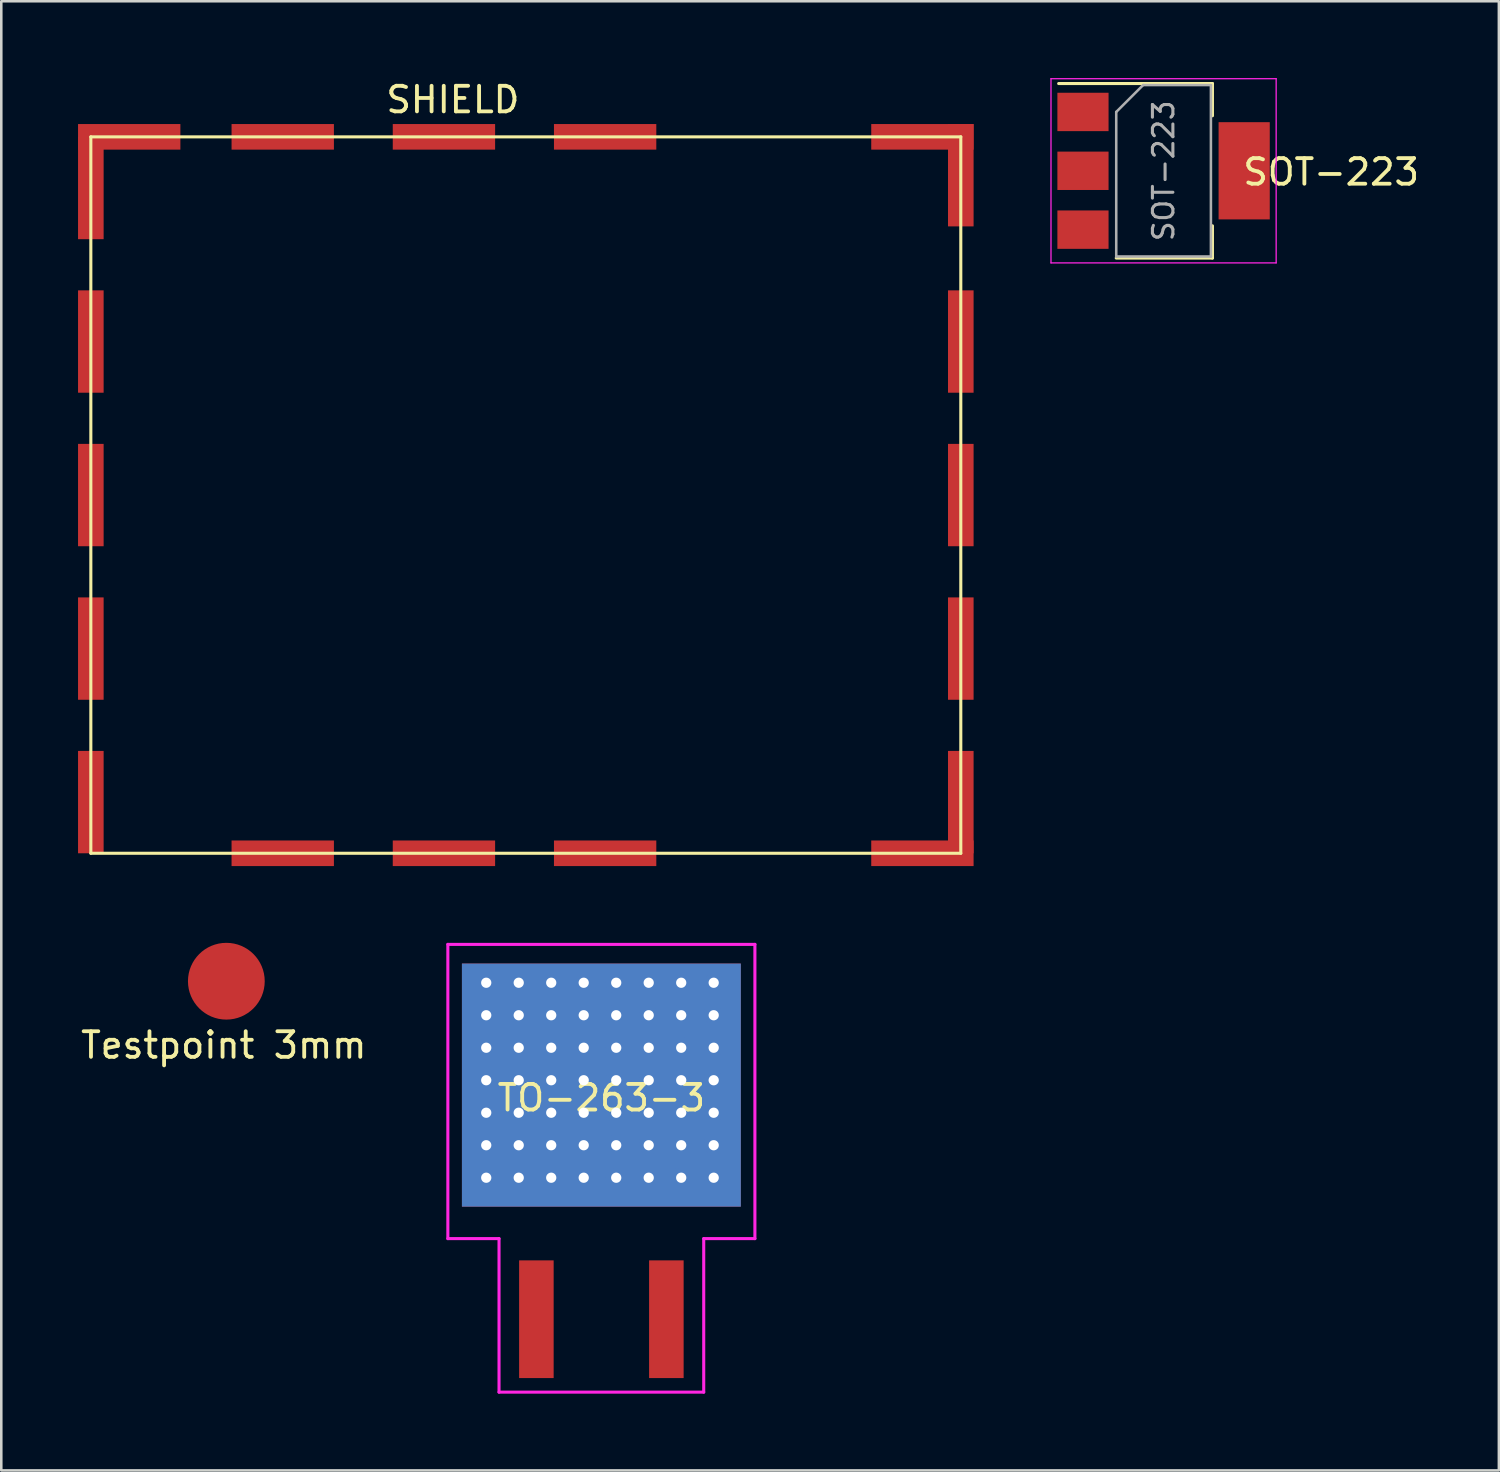
<source format=kicad_pcb>
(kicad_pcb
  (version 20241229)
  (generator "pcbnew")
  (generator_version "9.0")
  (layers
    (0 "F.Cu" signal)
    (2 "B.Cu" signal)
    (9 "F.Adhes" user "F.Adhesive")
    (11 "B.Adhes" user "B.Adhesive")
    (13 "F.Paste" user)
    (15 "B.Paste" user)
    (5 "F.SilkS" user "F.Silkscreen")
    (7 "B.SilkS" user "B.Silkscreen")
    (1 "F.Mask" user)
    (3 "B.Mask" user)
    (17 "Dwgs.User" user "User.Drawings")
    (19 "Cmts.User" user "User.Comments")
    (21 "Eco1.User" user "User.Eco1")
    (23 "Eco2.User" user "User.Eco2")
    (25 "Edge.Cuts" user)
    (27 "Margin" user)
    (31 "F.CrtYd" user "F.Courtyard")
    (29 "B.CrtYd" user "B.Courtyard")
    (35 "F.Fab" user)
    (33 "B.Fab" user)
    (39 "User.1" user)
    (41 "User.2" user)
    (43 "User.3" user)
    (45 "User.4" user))
  (footprint "SHIELD"
    (layer "F.Cu")
    (at 0.5 2.298)
    (property "Reference" "SHIELD" (at 14.15 -1.45 0) (layer "F.SilkS") (effects (font (size 1 1) (thickness 0.15))))
    (attr smd)
    (fp_line (start 0 0) (end 0 28) (stroke (width 0.12) (type solid)) (layer "F.SilkS"))
    (fp_line (start 0 28) (end 34 28) (stroke (width 0.12) (type solid)) (layer "F.SilkS"))
    (fp_line (start 34 0) (end 0 0) (stroke (width 0.12) (type solid)) (layer "F.SilkS"))
    (fp_line (start 34 28) (end 34 0) (stroke (width 0.12) (type solid)) (layer "F.SilkS"))
    (pad "1" smd rect (at 0 2) (size 1 4) (layers "F.Cu" "F.Mask" "F.Paste"))
    (pad "1" smd rect (at 0 8) (size 1 4) (layers "F.Cu" "F.Mask" "F.Paste"))
    (pad "1" smd rect (at 0 14) (size 1 4) (layers "F.Cu" "F.Mask" "F.Paste"))
    (pad "1" smd rect (at 0 20) (size 1 4) (layers "F.Cu" "F.Mask" "F.Paste"))
    (pad "1" smd rect (at 0 26) (size 1 4) (layers "F.Cu" "F.Mask" "F.Paste"))
    (pad "1" smd rect (at 1.5 0 270) (size 1 4) (layers "F.Cu" "F.Mask" "F.Paste"))
    (pad "1" smd rect (at 7.5 0 270) (size 1 4) (layers "F.Cu" "F.Mask" "F.Paste"))
    (pad "1" smd rect (at 7.5 28 90) (size 1 4) (layers "F.Cu" "F.Mask" "F.Paste"))
    (pad "1" smd rect (at 13.8 0 270) (size 1 4) (layers "F.Cu" "F.Mask" "F.Paste"))
    (pad "1" smd rect (at 13.8 28 90) (size 1 4) (layers "F.Cu" "F.Mask" "F.Paste"))
    (pad "1" smd rect (at 20.1 0 270) (size 1 4) (layers "F.Cu" "F.Mask" "F.Paste"))
    (pad "1" smd rect (at 20.1 28 270) (size 1 4) (layers "F.Cu" "F.Mask" "F.Paste"))
    (pad "1" smd rect (at 32.5 0 270) (size 1 4) (layers "F.Cu" "F.Mask" "F.Paste"))
    (pad "1" smd rect (at 32.5 28 270) (size 1 4) (layers "F.Cu" "F.Mask" "F.Paste"))
    (pad "1" smd rect (at 34 1.5 180) (size 1 4) (layers "F.Cu" "F.Mask" "F.Paste"))
    (pad "1" smd rect (at 34 8) (size 1 4) (layers "F.Cu" "F.Mask" "F.Paste"))
    (pad "1" smd rect (at 34 14 180) (size 1 4) (layers "F.Cu" "F.Mask" "F.Paste"))
    (pad "1" smd rect (at 34 20 180) (size 1 4) (layers "F.Cu" "F.Mask" "F.Paste"))
    (pad "1" smd rect (at 34 26 180) (size 1 4) (layers "F.Cu" "F.Mask" "F.Paste")))
  (footprint "Testpoint 3mm"
    (layer "F.Cu")
    (at 5.796 35.298)
    (property "Reference" "Testpoint 3mm" (at -0.1 2.5 0) (layer "F.SilkS") (effects (font (size 1 1) (thickness 0.15))))
    (attr through_hole)
    (pad "1" smd circle (at 0 0) (size 3 3) (layers "F.Cu" "F.Mask" "F.Paste")))
  (footprint "TO-263-3"
    (layer "F.Cu")
    (at 20.453 39.358)
    (property "Reference" "TO-263-3" (at 0 0.5 180) (layer "F.SilkS") (effects (font (size 1 1) (thickness 0.15))))
    (attr through_hole)
    (fp_line (start -6 -5.5) (end 6 -5.5) (stroke (width 0.12) (type solid)) (layer "F.CrtYd"))
    (fp_line (start -6 6) (end -6 -5.5) (stroke (width 0.12) (type solid)) (layer "F.CrtYd"))
    (fp_line (start -4 6) (end -6 6) (stroke (width 0.12) (type solid)) (layer "F.CrtYd"))
    (fp_line (start -4 12) (end -4 6) (stroke (width 0.12) (type solid)) (layer "F.CrtYd"))
    (fp_line (start 4 6) (end 4 12) (stroke (width 0.12) (type solid)) (layer "F.CrtYd"))
    (fp_line (start 4 12) (end -4 12) (stroke (width 0.12) (type solid)) (layer "F.CrtYd"))
    (fp_line (start 6 -5.5) (end 6 6) (stroke (width 0.12) (type solid)) (layer "F.CrtYd"))
    (fp_line (start 6 6) (end 4 6) (stroke (width 0.12) (type solid)) (layer "F.CrtYd"))
    (pad "1" thru_hole circle (at -4.5 -4) (size 0.8 0.8) (drill 0.4) (layers "*.Cu" "*.Mask"))
    (pad "1" thru_hole circle (at -4.5 -2.73) (size 0.8 0.8) (drill 0.4) (layers "*.Cu" "*.Mask"))
    (pad "1" thru_hole circle (at -4.5 -1.46) (size 0.8 0.8) (drill 0.4) (layers "*.Cu" "*.Mask"))
    (pad "1" thru_hole circle (at -4.5 -0.19) (size 0.8 0.8) (drill 0.4) (layers "*.Cu" "*.Mask"))
    (pad "1" thru_hole circle (at -4.5 1.08) (size 0.8 0.8) (drill 0.4) (layers "*.Cu" "*.Mask"))
    (pad "1" thru_hole circle (at -4.5 2.35) (size 0.8 0.8) (drill 0.4) (layers "*.Cu" "*.Mask"))
    (pad "1" thru_hole circle (at -4.5 3.62) (size 0.8 0.8) (drill 0.4) (layers "*.Cu" "*.Mask"))
    (pad "1" thru_hole circle (at -3.23 -4) (size 0.8 0.8) (drill 0.4) (layers "*.Cu" "*.Mask"))
    (pad "1" thru_hole circle (at -3.23 -2.73) (size 0.8 0.8) (drill 0.4) (layers "*.Cu" "*.Mask"))
    (pad "1" thru_hole circle (at -3.23 -1.46) (size 0.8 0.8) (drill 0.4) (layers "*.Cu" "*.Mask"))
    (pad "1" thru_hole circle (at -3.23 -0.19) (size 0.8 0.8) (drill 0.4) (layers "*.Cu" "*.Mask"))
    (pad "1" thru_hole circle (at -3.23 1.08) (size 0.8 0.8) (drill 0.4) (layers "*.Cu" "*.Mask"))
    (pad "1" thru_hole circle (at -3.23 2.35) (size 0.8 0.8) (drill 0.4) (layers "*.Cu" "*.Mask"))
    (pad "1" thru_hole circle (at -3.23 3.62) (size 0.8 0.8) (drill 0.4) (layers "*.Cu" "*.Mask"))
    (pad "1" thru_hole circle (at -1.96 -4) (size 0.8 0.8) (drill 0.4) (layers "*.Cu" "*.Mask"))
    (pad "1" thru_hole circle (at -1.96 -2.73) (size 0.8 0.8) (drill 0.4) (layers "*.Cu" "*.Mask"))
    (pad "1" thru_hole circle (at -1.96 -1.46) (size 0.8 0.8) (drill 0.4) (layers "*.Cu" "*.Mask"))
    (pad "1" thru_hole circle (at -1.96 -0.19) (size 0.8 0.8) (drill 0.4) (layers "*.Cu" "*.Mask"))
    (pad "1" thru_hole circle (at -1.96 1.08) (size 0.8 0.8) (drill 0.4) (layers "*.Cu" "*.Mask"))
    (pad "1" thru_hole circle (at -1.96 2.35) (size 0.8 0.8) (drill 0.4) (layers "*.Cu" "*.Mask"))
    (pad "1" thru_hole circle (at -1.96 3.62) (size 0.8 0.8) (drill 0.4) (layers "*.Cu" "*.Mask"))
    (pad "1" thru_hole circle (at -0.69 -4) (size 0.8 0.8) (drill 0.4) (layers "*.Cu" "*.Mask"))
    (pad "1" thru_hole circle (at -0.69 -2.73) (size 0.8 0.8) (drill 0.4) (layers "*.Cu" "*.Mask"))
    (pad "1" thru_hole circle (at -0.69 -1.46) (size 0.8 0.8) (drill 0.4) (layers "*.Cu" "*.Mask"))
    (pad "1" thru_hole circle (at -0.69 -0.19) (size 0.8 0.8) (drill 0.4) (layers "*.Cu" "*.Mask"))
    (pad "1" thru_hole circle (at -0.69 1.08) (size 0.8 0.8) (drill 0.4) (layers "*.Cu" "*.Mask"))
    (pad "1" thru_hole circle (at -0.69 2.35) (size 0.8 0.8) (drill 0.4) (layers "*.Cu" "*.Mask"))
    (pad "1" thru_hole circle (at -0.69 3.62) (size 0.8 0.8) (drill 0.4) (layers "*.Cu" "*.Mask"))
    (pad "1" smd rect (at 0 0) (size 10.9 9.5) (layers "F.Cu" "F.Mask" "F.Paste"))
    (pad "1" smd rect (at 0 0) (size 10.9 9.5) (layers "B.Cu" "B.Mask" "B.Paste"))
    (pad "1" thru_hole circle (at 0.58 -4) (size 0.8 0.8) (drill 0.4) (layers "*.Cu" "*.Mask"))
    (pad "1" thru_hole circle (at 0.58 -2.73) (size 0.8 0.8) (drill 0.4) (layers "*.Cu" "*.Mask"))
    (pad "1" thru_hole circle (at 0.58 -1.46) (size 0.8 0.8) (drill 0.4) (layers "*.Cu" "*.Mask"))
    (pad "1" thru_hole circle (at 0.58 -0.19) (size 0.8 0.8) (drill 0.4) (layers "*.Cu" "*.Mask"))
    (pad "1" thru_hole circle (at 0.58 1.08) (size 0.8 0.8) (drill 0.4) (layers "*.Cu" "*.Mask"))
    (pad "1" thru_hole circle (at 0.58 2.35) (size 0.8 0.8) (drill 0.4) (layers "*.Cu" "*.Mask"))
    (pad "1" thru_hole circle (at 0.58 3.62) (size 0.8 0.8) (drill 0.4) (layers "*.Cu" "*.Mask"))
    (pad "1" thru_hole circle (at 1.85 -4) (size 0.8 0.8) (drill 0.4) (layers "*.Cu" "*.Mask"))
    (pad "1" thru_hole circle (at 1.85 -2.73) (size 0.8 0.8) (drill 0.4) (layers "*.Cu" "*.Mask"))
    (pad "1" thru_hole circle (at 1.85 -1.46) (size 0.8 0.8) (drill 0.4) (layers "*.Cu" "*.Mask"))
    (pad "1" thru_hole circle (at 1.85 -0.19) (size 0.8 0.8) (drill 0.4) (layers "*.Cu" "*.Mask"))
    (pad "1" thru_hole circle (at 1.85 1.08) (size 0.8 0.8) (drill 0.4) (layers "*.Cu" "*.Mask"))
    (pad "1" thru_hole circle (at 1.85 2.35) (size 0.8 0.8) (drill 0.4) (layers "*.Cu" "*.Mask"))
    (pad "1" thru_hole circle (at 1.85 3.62) (size 0.8 0.8) (drill 0.4) (layers "*.Cu" "*.Mask"))
    (pad "1" thru_hole circle (at 3.12 -4) (size 0.8 0.8) (drill 0.4) (layers "*.Cu" "*.Mask"))
    (pad "1" thru_hole circle (at 3.12 -2.73) (size 0.8 0.8) (drill 0.4) (layers "*.Cu" "*.Mask"))
    (pad "1" thru_hole circle (at 3.12 -1.46) (size 0.8 0.8) (drill 0.4) (layers "*.Cu" "*.Mask"))
    (pad "1" thru_hole circle (at 3.12 -0.19) (size 0.8 0.8) (drill 0.4) (layers "*.Cu" "*.Mask"))
    (pad "1" thru_hole circle (at 3.12 1.08) (size 0.8 0.8) (drill 0.4) (layers "*.Cu" "*.Mask"))
    (pad "1" thru_hole circle (at 3.12 2.35) (size 0.8 0.8) (drill 0.4) (layers "*.Cu" "*.Mask"))
    (pad "1" thru_hole circle (at 3.12 3.62) (size 0.8 0.8) (drill 0.4) (layers "*.Cu" "*.Mask"))
    (pad "1" thru_hole circle (at 4.39 -4) (size 0.8 0.8) (drill 0.4) (layers "*.Cu" "*.Mask"))
    (pad "1" thru_hole circle (at 4.39 -2.73) (size 0.8 0.8) (drill 0.4) (layers "*.Cu" "*.Mask"))
    (pad "1" thru_hole circle (at 4.39 -1.46) (size 0.8 0.8) (drill 0.4) (layers "*.Cu" "*.Mask"))
    (pad "1" thru_hole circle (at 4.39 -0.19) (size 0.8 0.8) (drill 0.4) (layers "*.Cu" "*.Mask"))
    (pad "1" thru_hole circle (at 4.39 1.08) (size 0.8 0.8) (drill 0.4) (layers "*.Cu" "*.Mask"))
    (pad "1" thru_hole circle (at 4.39 2.35) (size 0.8 0.8) (drill 0.4) (layers "*.Cu" "*.Mask"))
    (pad "1" thru_hole circle (at 4.39 3.62) (size 0.8 0.8) (drill 0.4) (layers "*.Cu" "*.Mask"))
    (pad "2" smd rect (at -2.54 9.15) (size 1.35 4.6) (layers "F.Cu" "F.Mask" "F.Paste"))
    (pad "3" smd rect (at 2.54 9.15) (size 1.35 4.6) (layers "F.Cu" "F.Mask" "F.Paste")))
  (footprint "SOT-223"
    (layer "F.Cu")
    (at 42.425 3.625)
    (property "Reference" "SOT-223" (at 6.55 0.05 0) (layer "F.SilkS") (effects (font (size 1 1) (thickness 0.15))))
    (attr smd)
    (fp_line (start -4.1 -3.41) (end 1.91 -3.41) (stroke (width 0.12) (type solid)) (layer "F.SilkS"))
    (fp_line (start -1.85 3.41) (end 1.91 3.41) (stroke (width 0.12) (type solid)) (layer "F.SilkS"))
    (fp_line (start 1.91 -3.41) (end 1.91 -2.15) (stroke (width 0.12) (type solid)) (layer "F.SilkS"))
    (fp_line (start 1.91 3.41) (end 1.91 2.15) (stroke (width 0.12) (type solid)) (layer "F.SilkS"))
    (fp_line (start -4.4 -3.6) (end -4.4 3.6) (stroke (width 0.05) (type solid)) (layer "F.CrtYd"))
    (fp_line (start -4.4 3.6) (end 4.4 3.6) (stroke (width 0.05) (type solid)) (layer "F.CrtYd"))
    (fp_line (start 4.4 -3.6) (end -4.4 -3.6) (stroke (width 0.05) (type solid)) (layer "F.CrtYd"))
    (fp_line (start 4.4 3.6) (end 4.4 -3.6) (stroke (width 0.05) (type solid)) (layer "F.CrtYd"))
    (fp_line (start -1.85 -2.3) (end -1.85 3.35) (stroke (width 0.1) (type solid)) (layer "F.Fab"))
    (fp_line (start -1.85 -2.3) (end -0.8 -3.35) (stroke (width 0.1) (type solid)) (layer "F.Fab"))
    (fp_line (start -1.85 3.35) (end 1.85 3.35) (stroke (width 0.1) (type solid)) (layer "F.Fab"))
    (fp_line (start -0.8 -3.35) (end 1.85 -3.35) (stroke (width 0.1) (type solid)) (layer "F.Fab"))
    (fp_line (start 1.85 -3.35) (end 1.85 3.35) (stroke (width 0.1) (type solid)) (layer "F.Fab"))
    (fp_text user "${REFERENCE}" (at 0 0 90) (layer "F.Fab") (effects (font (size 0.8 0.8) (thickness 0.12))))
    (pad "1" smd rect (at -3.15 -2.3) (size 2 1.5) (layers "F.Cu" "F.Mask" "F.Paste"))
    (pad "2" smd rect (at -3.15 0) (size 2 1.5) (layers "F.Cu" "F.Mask" "F.Paste"))
    (pad "3" smd rect (at -3.15 2.3) (size 2 1.5) (layers "F.Cu" "F.Mask" "F.Paste"))
    (pad "4" smd rect (at 3.15 0) (size 2 3.8) (layers "F.Cu" "F.Mask" "F.Paste")))
  (gr_rect
    (start -3 -3)
    (end 55.529 54.418)
    (stroke (width 0.1) (type default))
    (fill no)
    (layer "Edge.Cuts")))
</source>
